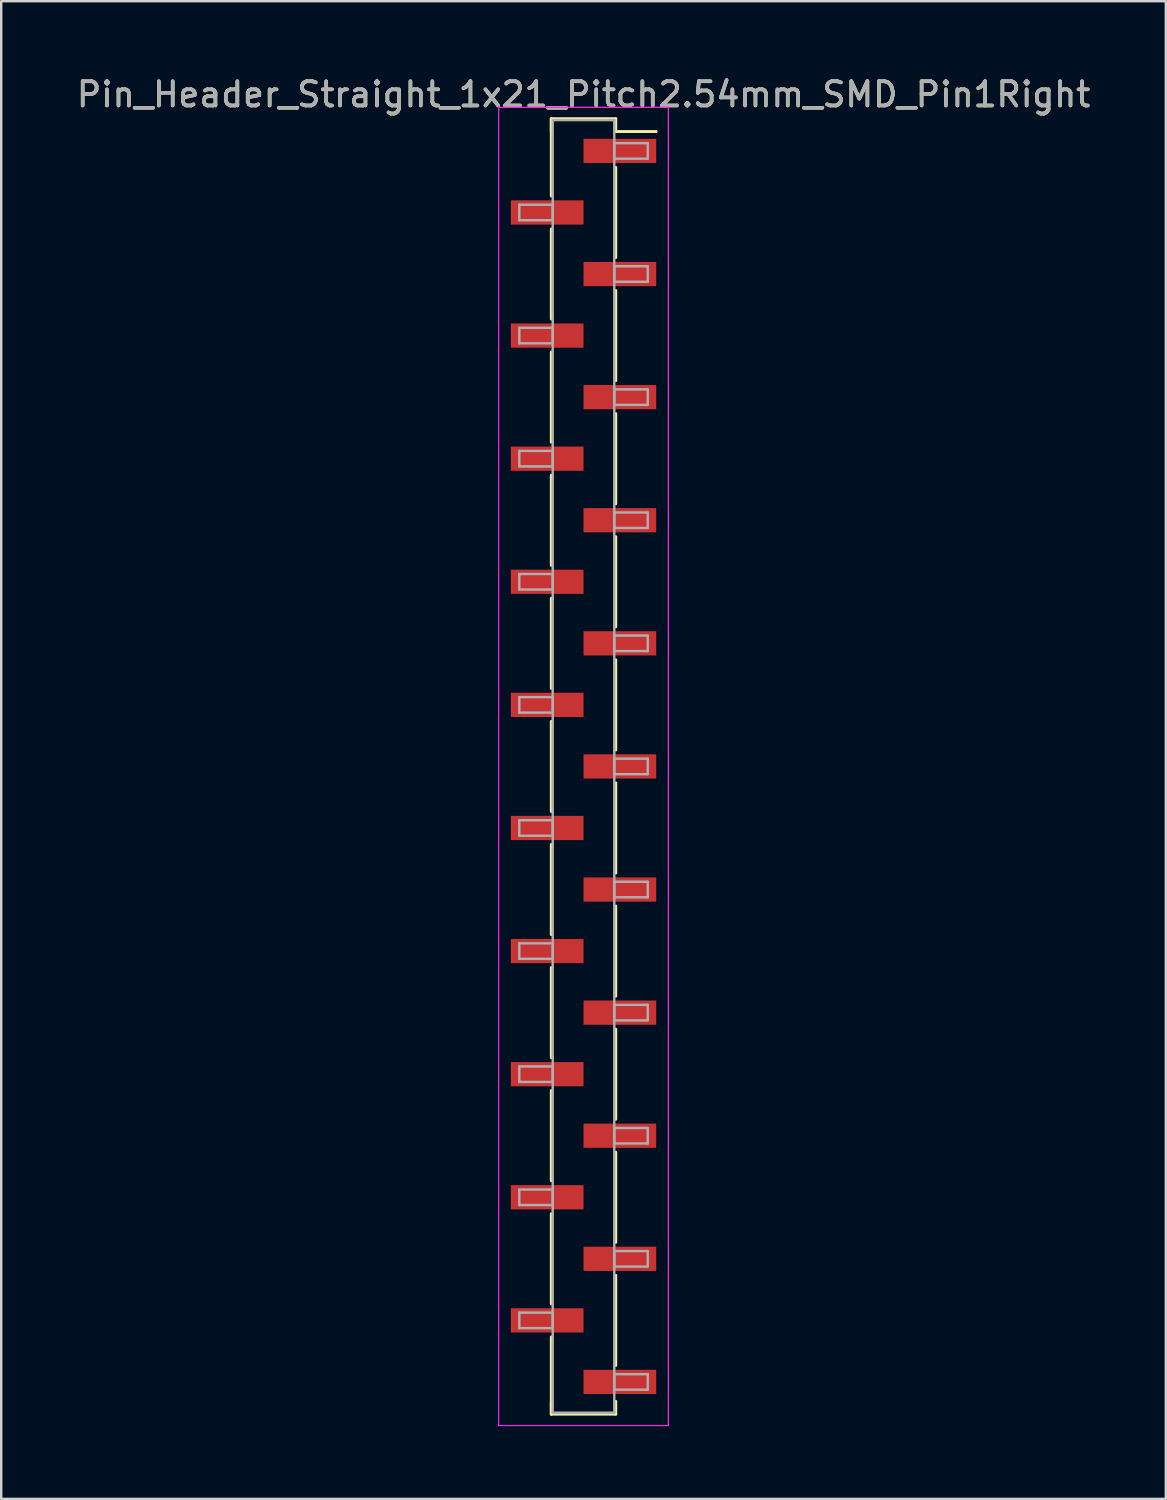
<source format=kicad_pcb>
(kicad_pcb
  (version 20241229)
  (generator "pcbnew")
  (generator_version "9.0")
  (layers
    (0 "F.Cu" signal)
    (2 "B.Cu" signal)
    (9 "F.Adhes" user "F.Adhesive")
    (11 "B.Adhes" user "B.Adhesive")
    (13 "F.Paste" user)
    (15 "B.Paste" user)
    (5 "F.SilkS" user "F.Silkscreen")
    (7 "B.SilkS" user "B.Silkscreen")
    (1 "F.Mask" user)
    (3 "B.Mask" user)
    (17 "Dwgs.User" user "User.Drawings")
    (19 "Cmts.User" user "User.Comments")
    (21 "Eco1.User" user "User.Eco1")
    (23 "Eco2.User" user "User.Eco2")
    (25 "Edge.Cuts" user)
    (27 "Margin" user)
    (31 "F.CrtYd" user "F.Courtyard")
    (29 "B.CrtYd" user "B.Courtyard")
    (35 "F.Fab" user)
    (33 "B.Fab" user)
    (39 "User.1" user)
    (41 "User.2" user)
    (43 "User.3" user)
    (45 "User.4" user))
  (footprint "Pin_Header_Straight_1x21_Pitch2.54mm_SMD_Pin1Right"
    (layer "F.Cu")
    (at 21.03 28.578)
    (property "Reference" "Pin_Header_Straight_1x21_Pitch2.54mm_SMD_Pin1Right" (at 0 -27.73 0) (layer "F.SilkS") (effects (font (size 1 1) (thickness 0.15))))
    (attr smd)
    (fp_line (start -1.33 -26.73) (end -1.33 -23.54) (stroke (width 0.12) (type solid)) (layer "F.SilkS"))
    (fp_line (start -1.33 -26.73) (end 1.33 -26.73) (stroke (width 0.12) (type solid)) (layer "F.SilkS"))
    (fp_line (start -1.33 -26.2) (end -1.33 -26.73) (stroke (width 0.12) (type solid)) (layer "F.SilkS"))
    (fp_line (start -1.33 -22.18) (end -1.33 -18.46) (stroke (width 0.12) (type solid)) (layer "F.SilkS"))
    (fp_line (start -1.33 -17.1) (end -1.33 -13.38) (stroke (width 0.12) (type solid)) (layer "F.SilkS"))
    (fp_line (start -1.33 -12.02) (end -1.33 -8.3) (stroke (width 0.12) (type solid)) (layer "F.SilkS"))
    (fp_line (start -1.33 -6.94) (end -1.33 -3.22) (stroke (width 0.12) (type solid)) (layer "F.SilkS"))
    (fp_line (start -1.33 -1.86) (end -1.33 1.86) (stroke (width 0.12) (type solid)) (layer "F.SilkS"))
    (fp_line (start -1.33 3.22) (end -1.33 6.94) (stroke (width 0.12) (type solid)) (layer "F.SilkS"))
    (fp_line (start -1.33 8.3) (end -1.33 12.02) (stroke (width 0.12) (type solid)) (layer "F.SilkS"))
    (fp_line (start -1.33 13.38) (end -1.33 17.1) (stroke (width 0.12) (type solid)) (layer "F.SilkS"))
    (fp_line (start -1.33 18.46) (end -1.33 22.18) (stroke (width 0.12) (type solid)) (layer "F.SilkS"))
    (fp_line (start -1.33 23.54) (end -1.33 26.73) (stroke (width 0.12) (type solid)) (layer "F.SilkS"))
    (fp_line (start -1.33 26.2) (end -1.33 26.73) (stroke (width 0.12) (type solid)) (layer "F.SilkS"))
    (fp_line (start -1.33 26.73) (end 1.33 26.73) (stroke (width 0.12) (type solid)) (layer "F.SilkS"))
    (fp_line (start 1.33 -26.73) (end 1.33 -26.2) (stroke (width 0.12) (type solid)) (layer "F.SilkS"))
    (fp_line (start 1.33 -26.2) (end 3 -26.2) (stroke (width 0.12) (type solid)) (layer "F.SilkS"))
    (fp_line (start 1.33 -24.72) (end 1.33 -21) (stroke (width 0.12) (type solid)) (layer "F.SilkS"))
    (fp_line (start 1.33 -19.64) (end 1.33 -15.92) (stroke (width 0.12) (type solid)) (layer "F.SilkS"))
    (fp_line (start 1.33 -14.56) (end 1.33 -10.84) (stroke (width 0.12) (type solid)) (layer "F.SilkS"))
    (fp_line (start 1.33 -9.48) (end 1.33 -5.76) (stroke (width 0.12) (type solid)) (layer "F.SilkS"))
    (fp_line (start 1.33 -4.4) (end 1.33 -0.68) (stroke (width 0.12) (type solid)) (layer "F.SilkS"))
    (fp_line (start 1.33 0.68) (end 1.33 4.4) (stroke (width 0.12) (type solid)) (layer "F.SilkS"))
    (fp_line (start 1.33 5.76) (end 1.33 9.48) (stroke (width 0.12) (type solid)) (layer "F.SilkS"))
    (fp_line (start 1.33 10.84) (end 1.33 14.56) (stroke (width 0.12) (type solid)) (layer "F.SilkS"))
    (fp_line (start 1.33 15.92) (end 1.33 19.64) (stroke (width 0.12) (type solid)) (layer "F.SilkS"))
    (fp_line (start 1.33 21) (end 1.33 24.72) (stroke (width 0.12) (type solid)) (layer "F.SilkS"))
    (fp_line (start 1.33 26.73) (end 1.33 26.2) (stroke (width 0.12) (type solid)) (layer "F.SilkS"))
    (fp_line (start -3.5 -27.2) (end -3.5 27.2) (stroke (width 0.05) (type solid)) (layer "F.CrtYd"))
    (fp_line (start -3.5 27.2) (end 3.5 27.2) (stroke (width 0.05) (type solid)) (layer "F.CrtYd"))
    (fp_line (start 3.5 -27.2) (end -3.5 -27.2) (stroke (width 0.05) (type solid)) (layer "F.CrtYd"))
    (fp_line (start 3.5 27.2) (end 3.5 -27.2) (stroke (width 0.05) (type solid)) (layer "F.CrtYd"))
    (fp_line (start -2.65 -23.18) (end -1.27 -23.18) (stroke (width 0.1) (type solid)) (layer "F.Fab"))
    (fp_line (start -2.65 -22.54) (end -2.65 -23.18) (stroke (width 0.1) (type solid)) (layer "F.Fab"))
    (fp_line (start -2.65 -18.1) (end -1.27 -18.1) (stroke (width 0.1) (type solid)) (layer "F.Fab"))
    (fp_line (start -2.65 -17.46) (end -2.65 -18.1) (stroke (width 0.1) (type solid)) (layer "F.Fab"))
    (fp_line (start -2.65 -13.02) (end -1.27 -13.02) (stroke (width 0.1) (type solid)) (layer "F.Fab"))
    (fp_line (start -2.65 -12.38) (end -2.65 -13.02) (stroke (width 0.1) (type solid)) (layer "F.Fab"))
    (fp_line (start -2.65 -7.94) (end -1.27 -7.94) (stroke (width 0.1) (type solid)) (layer "F.Fab"))
    (fp_line (start -2.65 -7.3) (end -2.65 -7.94) (stroke (width 0.1) (type solid)) (layer "F.Fab"))
    (fp_line (start -2.65 -2.86) (end -1.27 -2.86) (stroke (width 0.1) (type solid)) (layer "F.Fab"))
    (fp_line (start -2.65 -2.22) (end -2.65 -2.86) (stroke (width 0.1) (type solid)) (layer "F.Fab"))
    (fp_line (start -2.65 2.22) (end -1.27 2.22) (stroke (width 0.1) (type solid)) (layer "F.Fab"))
    (fp_line (start -2.65 2.86) (end -2.65 2.22) (stroke (width 0.1) (type solid)) (layer "F.Fab"))
    (fp_line (start -2.65 7.3) (end -1.27 7.3) (stroke (width 0.1) (type solid)) (layer "F.Fab"))
    (fp_line (start -2.65 7.94) (end -2.65 7.3) (stroke (width 0.1) (type solid)) (layer "F.Fab"))
    (fp_line (start -2.65 12.38) (end -1.27 12.38) (stroke (width 0.1) (type solid)) (layer "F.Fab"))
    (fp_line (start -2.65 13.02) (end -2.65 12.38) (stroke (width 0.1) (type solid)) (layer "F.Fab"))
    (fp_line (start -2.65 17.46) (end -1.27 17.46) (stroke (width 0.1) (type solid)) (layer "F.Fab"))
    (fp_line (start -2.65 18.1) (end -2.65 17.46) (stroke (width 0.1) (type solid)) (layer "F.Fab"))
    (fp_line (start -2.65 22.54) (end -1.27 22.54) (stroke (width 0.1) (type solid)) (layer "F.Fab"))
    (fp_line (start -2.65 23.18) (end -2.65 22.54) (stroke (width 0.1) (type solid)) (layer "F.Fab"))
    (fp_line (start -1.27 -26.67) (end -1.27 26.67) (stroke (width 0.1) (type solid)) (layer "F.Fab"))
    (fp_line (start -1.27 -23.18) (end -1.27 -22.54) (stroke (width 0.1) (type solid)) (layer "F.Fab"))
    (fp_line (start -1.27 -22.54) (end -2.65 -22.54) (stroke (width 0.1) (type solid)) (layer "F.Fab"))
    (fp_line (start -1.27 -18.1) (end -1.27 -17.46) (stroke (width 0.1) (type solid)) (layer "F.Fab"))
    (fp_line (start -1.27 -17.46) (end -2.65 -17.46) (stroke (width 0.1) (type solid)) (layer "F.Fab"))
    (fp_line (start -1.27 -13.02) (end -1.27 -12.38) (stroke (width 0.1) (type solid)) (layer "F.Fab"))
    (fp_line (start -1.27 -12.38) (end -2.65 -12.38) (stroke (width 0.1) (type solid)) (layer "F.Fab"))
    (fp_line (start -1.27 -7.94) (end -1.27 -7.3) (stroke (width 0.1) (type solid)) (layer "F.Fab"))
    (fp_line (start -1.27 -7.3) (end -2.65 -7.3) (stroke (width 0.1) (type solid)) (layer "F.Fab"))
    (fp_line (start -1.27 -2.86) (end -1.27 -2.22) (stroke (width 0.1) (type solid)) (layer "F.Fab"))
    (fp_line (start -1.27 -2.22) (end -2.65 -2.22) (stroke (width 0.1) (type solid)) (layer "F.Fab"))
    (fp_line (start -1.27 2.22) (end -1.27 2.86) (stroke (width 0.1) (type solid)) (layer "F.Fab"))
    (fp_line (start -1.27 2.86) (end -2.65 2.86) (stroke (width 0.1) (type solid)) (layer "F.Fab"))
    (fp_line (start -1.27 7.3) (end -1.27 7.94) (stroke (width 0.1) (type solid)) (layer "F.Fab"))
    (fp_line (start -1.27 7.94) (end -2.65 7.94) (stroke (width 0.1) (type solid)) (layer "F.Fab"))
    (fp_line (start -1.27 12.38) (end -1.27 13.02) (stroke (width 0.1) (type solid)) (layer "F.Fab"))
    (fp_line (start -1.27 13.02) (end -2.65 13.02) (stroke (width 0.1) (type solid)) (layer "F.Fab"))
    (fp_line (start -1.27 17.46) (end -1.27 18.1) (stroke (width 0.1) (type solid)) (layer "F.Fab"))
    (fp_line (start -1.27 18.1) (end -2.65 18.1) (stroke (width 0.1) (type solid)) (layer "F.Fab"))
    (fp_line (start -1.27 22.54) (end -1.27 23.18) (stroke (width 0.1) (type solid)) (layer "F.Fab"))
    (fp_line (start -1.27 23.18) (end -2.65 23.18) (stroke (width 0.1) (type solid)) (layer "F.Fab"))
    (fp_line (start -1.27 26.67) (end 1.27 26.67) (stroke (width 0.1) (type solid)) (layer "F.Fab"))
    (fp_line (start 1.27 -26.67) (end -1.27 -26.67) (stroke (width 0.1) (type solid)) (layer "F.Fab"))
    (fp_line (start 1.27 -25.72) (end 1.27 -25.08) (stroke (width 0.1) (type solid)) (layer "F.Fab"))
    (fp_line (start 1.27 -25.08) (end 2.65 -25.08) (stroke (width 0.1) (type solid)) (layer "F.Fab"))
    (fp_line (start 1.27 -20.64) (end 1.27 -20) (stroke (width 0.1) (type solid)) (layer "F.Fab"))
    (fp_line (start 1.27 -20) (end 2.65 -20) (stroke (width 0.1) (type solid)) (layer "F.Fab"))
    (fp_line (start 1.27 -15.56) (end 1.27 -14.92) (stroke (width 0.1) (type solid)) (layer "F.Fab"))
    (fp_line (start 1.27 -14.92) (end 2.65 -14.92) (stroke (width 0.1) (type solid)) (layer "F.Fab"))
    (fp_line (start 1.27 -10.48) (end 1.27 -9.84) (stroke (width 0.1) (type solid)) (layer "F.Fab"))
    (fp_line (start 1.27 -9.84) (end 2.65 -9.84) (stroke (width 0.1) (type solid)) (layer "F.Fab"))
    (fp_line (start 1.27 -5.4) (end 1.27 -4.76) (stroke (width 0.1) (type solid)) (layer "F.Fab"))
    (fp_line (start 1.27 -4.76) (end 2.65 -4.76) (stroke (width 0.1) (type solid)) (layer "F.Fab"))
    (fp_line (start 1.27 -0.32) (end 1.27 0.32) (stroke (width 0.1) (type solid)) (layer "F.Fab"))
    (fp_line (start 1.27 0.32) (end 2.65 0.32) (stroke (width 0.1) (type solid)) (layer "F.Fab"))
    (fp_line (start 1.27 4.76) (end 1.27 5.4) (stroke (width 0.1) (type solid)) (layer "F.Fab"))
    (fp_line (start 1.27 5.4) (end 2.65 5.4) (stroke (width 0.1) (type solid)) (layer "F.Fab"))
    (fp_line (start 1.27 9.84) (end 1.27 10.48) (stroke (width 0.1) (type solid)) (layer "F.Fab"))
    (fp_line (start 1.27 10.48) (end 2.65 10.48) (stroke (width 0.1) (type solid)) (layer "F.Fab"))
    (fp_line (start 1.27 14.92) (end 1.27 15.56) (stroke (width 0.1) (type solid)) (layer "F.Fab"))
    (fp_line (start 1.27 15.56) (end 2.65 15.56) (stroke (width 0.1) (type solid)) (layer "F.Fab"))
    (fp_line (start 1.27 20) (end 1.27 20.64) (stroke (width 0.1) (type solid)) (layer "F.Fab"))
    (fp_line (start 1.27 20.64) (end 2.65 20.64) (stroke (width 0.1) (type solid)) (layer "F.Fab"))
    (fp_line (start 1.27 25.08) (end 1.27 25.72) (stroke (width 0.1) (type solid)) (layer "F.Fab"))
    (fp_line (start 1.27 25.72) (end 2.65 25.72) (stroke (width 0.1) (type solid)) (layer "F.Fab"))
    (fp_line (start 1.27 26.67) (end 1.27 -26.67) (stroke (width 0.1) (type solid)) (layer "F.Fab"))
    (fp_line (start 2.65 -25.72) (end 1.27 -25.72) (stroke (width 0.1) (type solid)) (layer "F.Fab"))
    (fp_line (start 2.65 -25.08) (end 2.65 -25.72) (stroke (width 0.1) (type solid)) (layer "F.Fab"))
    (fp_line (start 2.65 -20.64) (end 1.27 -20.64) (stroke (width 0.1) (type solid)) (layer "F.Fab"))
    (fp_line (start 2.65 -20) (end 2.65 -20.64) (stroke (width 0.1) (type solid)) (layer "F.Fab"))
    (fp_line (start 2.65 -15.56) (end 1.27 -15.56) (stroke (width 0.1) (type solid)) (layer "F.Fab"))
    (fp_line (start 2.65 -14.92) (end 2.65 -15.56) (stroke (width 0.1) (type solid)) (layer "F.Fab"))
    (fp_line (start 2.65 -10.48) (end 1.27 -10.48) (stroke (width 0.1) (type solid)) (layer "F.Fab"))
    (fp_line (start 2.65 -9.84) (end 2.65 -10.48) (stroke (width 0.1) (type solid)) (layer "F.Fab"))
    (fp_line (start 2.65 -5.4) (end 1.27 -5.4) (stroke (width 0.1) (type solid)) (layer "F.Fab"))
    (fp_line (start 2.65 -4.76) (end 2.65 -5.4) (stroke (width 0.1) (type solid)) (layer "F.Fab"))
    (fp_line (start 2.65 -0.32) (end 1.27 -0.32) (stroke (width 0.1) (type solid)) (layer "F.Fab"))
    (fp_line (start 2.65 0.32) (end 2.65 -0.32) (stroke (width 0.1) (type solid)) (layer "F.Fab"))
    (fp_line (start 2.65 4.76) (end 1.27 4.76) (stroke (width 0.1) (type solid)) (layer "F.Fab"))
    (fp_line (start 2.65 5.4) (end 2.65 4.76) (stroke (width 0.1) (type solid)) (layer "F.Fab"))
    (fp_line (start 2.65 9.84) (end 1.27 9.84) (stroke (width 0.1) (type solid)) (layer "F.Fab"))
    (fp_line (start 2.65 10.48) (end 2.65 9.84) (stroke (width 0.1) (type solid)) (layer "F.Fab"))
    (fp_line (start 2.65 14.92) (end 1.27 14.92) (stroke (width 0.1) (type solid)) (layer "F.Fab"))
    (fp_line (start 2.65 15.56) (end 2.65 14.92) (stroke (width 0.1) (type solid)) (layer "F.Fab"))
    (fp_line (start 2.65 20) (end 1.27 20) (stroke (width 0.1) (type solid)) (layer "F.Fab"))
    (fp_line (start 2.65 20.64) (end 2.65 20) (stroke (width 0.1) (type solid)) (layer "F.Fab"))
    (fp_line (start 2.65 25.08) (end 1.27 25.08) (stroke (width 0.1) (type solid)) (layer "F.Fab"))
    (fp_line (start 2.65 25.72) (end 2.65 25.08) (stroke (width 0.1) (type solid)) (layer "F.Fab"))
    (fp_text user "${REFERENCE}" (at 0 -27.73 0) (layer "F.Fab") (effects (font (size 1 1) (thickness 0.15))))
    (pad "1" smd rect (at 1.5 -25.4) (size 3 1) (layers "F.Cu" "F.Mask" "F.Paste"))
    (pad "2" smd rect (at -1.5 -22.86) (size 3 1) (layers "F.Cu" "F.Mask" "F.Paste"))
    (pad "3" smd rect (at 1.5 -20.32) (size 3 1) (layers "F.Cu" "F.Mask" "F.Paste"))
    (pad "4" smd rect (at -1.5 -17.78) (size 3 1) (layers "F.Cu" "F.Mask" "F.Paste"))
    (pad "5" smd rect (at 1.5 -15.24) (size 3 1) (layers "F.Cu" "F.Mask" "F.Paste"))
    (pad "6" smd rect (at -1.5 -12.7) (size 3 1) (layers "F.Cu" "F.Mask" "F.Paste"))
    (pad "7" smd rect (at 1.5 -10.16) (size 3 1) (layers "F.Cu" "F.Mask" "F.Paste"))
    (pad "8" smd rect (at -1.5 -7.62) (size 3 1) (layers "F.Cu" "F.Mask" "F.Paste"))
    (pad "9" smd rect (at 1.5 -5.08) (size 3 1) (layers "F.Cu" "F.Mask" "F.Paste"))
    (pad "10" smd rect (at -1.5 -2.54) (size 3 1) (layers "F.Cu" "F.Mask" "F.Paste"))
    (pad "11" smd rect (at 1.5 0) (size 3 1) (layers "F.Cu" "F.Mask" "F.Paste"))
    (pad "12" smd rect (at -1.5 2.54) (size 3 1) (layers "F.Cu" "F.Mask" "F.Paste"))
    (pad "13" smd rect (at 1.5 5.08) (size 3 1) (layers "F.Cu" "F.Mask" "F.Paste"))
    (pad "14" smd rect (at -1.5 7.62) (size 3 1) (layers "F.Cu" "F.Mask" "F.Paste"))
    (pad "15" smd rect (at 1.5 10.16) (size 3 1) (layers "F.Cu" "F.Mask" "F.Paste"))
    (pad "16" smd rect (at -1.5 12.7) (size 3 1) (layers "F.Cu" "F.Mask" "F.Paste"))
    (pad "17" smd rect (at 1.5 15.24) (size 3 1) (layers "F.Cu" "F.Mask" "F.Paste"))
    (pad "18" smd rect (at -1.5 17.78) (size 3 1) (layers "F.Cu" "F.Mask" "F.Paste"))
    (pad "19" smd rect (at 1.5 20.32) (size 3 1) (layers "F.Cu" "F.Mask" "F.Paste"))
    (pad "20" smd rect (at -1.5 22.86) (size 3 1) (layers "F.Cu" "F.Mask" "F.Paste"))
    (pad "21" smd rect (at 1.5 25.4) (size 3 1) (layers "F.Cu" "F.Mask" "F.Paste")))
  (gr_rect
    (start -3 -3)
    (end 45.06 58.803)
    (stroke (width 0.1) (type default))
    (fill no)
    (layer "Edge.Cuts")))
</source>
